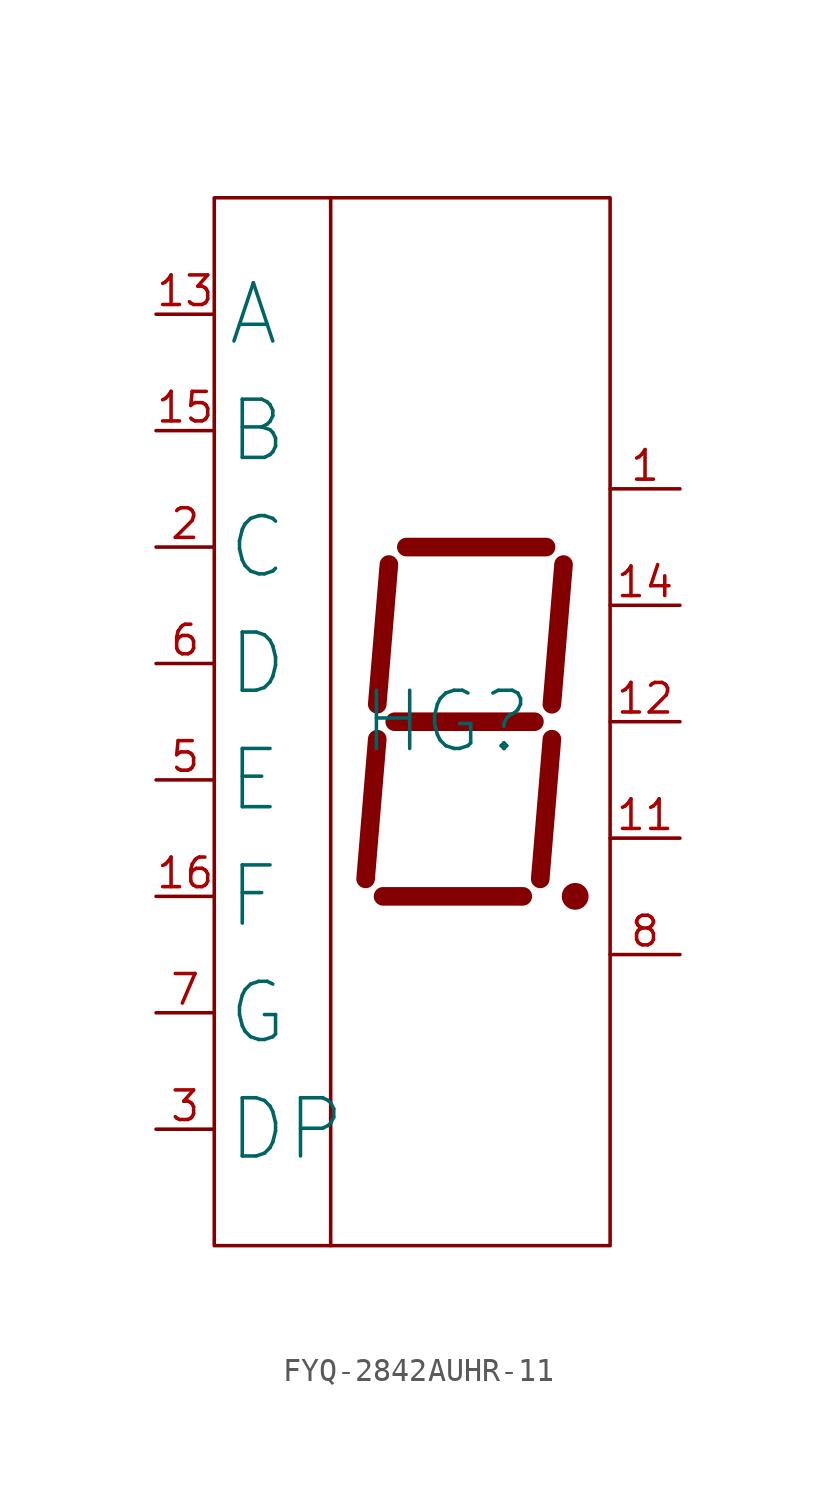
<source format=kicad_sym>
(kicad_symbol_lib
  (version 20220914)
  (generator kicad_symbol_editor)
  (symbol "FYQ-2842AUHR-11"
    (property "Reference" "HG"
      (at 0 0 0)
      (effects (font (size 2.5 2.5))))
    (property "Value" ""
      (at 0 0 0)
      (effects (font (size 1.27 1.27))))
    (symbol "FYQ-2842AUHR-11_0_1"
      (rectangle (start -10 22.5) (end 7 -22.5) (stroke (width 0) (type default)) (fill (type none)))
      (polyline (pts (xy -5 22.5) (xy -5 -22.5)) (stroke (width 0) (type default)) (fill (type none))))
    (symbol "FYQ-2842AUHR-11_1_1"
      (polyline (pts (xy -3 -0.75) (xy -3.5 -6.75)) (stroke (width 0.8) (type default)) (fill (type none)))
      (polyline (pts (xy -2.75 -7.5) (xy 3.25 -7.5)) (stroke (width 0.8) (type default)) (fill (type none)))
      (polyline (pts (xy -2.5 6.75) (xy -3 0.75)) (stroke (width 0.8) (type default)) (fill (type none)))
      (polyline (pts (xy -2.25 0) (xy 3.75 0)) (stroke (width 0.8) (type default)) (fill (type none)))
      (polyline (pts (xy -1.75 7.5) (xy 4.25 7.5)) (stroke (width 0.8) (type default)) (fill (type none)))
      (polyline (pts (xy 4.5 -0.75) (xy 4 -6.75)) (stroke (width 0.8) (type default)) (fill (type none)))
      (polyline (pts (xy 5 6.75) (xy 4.5 0.75)) (stroke (width 0.8) (type default)) (fill (type none)))
      (circle (center 5.5 -7.5) (radius 0.5) (stroke (width 0) (type default)) (fill (type outline)))
      (pin input line (at 10 10 180) (length 3) (name "" (effects (font (size 2 2)))) (number "1" (effects (font (size 1.27 1.27)))))
      (pin input line (at 10 -5 180) (length 3) (name "" (effects (font (size 2 2)))) (number "11" (effects (font (size 1.27 1.27)))))
      (pin input line (at 10 0 180) (length 3) (name "" (effects (font (size 2 2)))) (number "12" (effects (font (size 1.27 1.27)))))
      (pin input line (at -12.5 17.5 0) (length 2.5) (name "A" (effects (font (size 2.5 2.5)))) (number "13" (effects (font (size 1.27 1.27)))))
      (pin input line (at 10 5 180) (length 3) (name "" (effects (font (size 2 2)))) (number "14" (effects (font (size 1.27 1.27)))))
      (pin input line (at -12.5 12.5 0) (length 2.5) (name "B" (effects (font (size 2.5 2.5)))) (number "15" (effects (font (size 1.27 1.27)))))
      (pin input line (at -12.5 -7.5 0) (length 2.5) (name "F" (effects (font (size 2.5 2.5)))) (number "16" (effects (font (size 1.27 1.27)))))
      (pin input line (at -12.5 7.5 0) (length 2.5) (name "C" (effects (font (size 2.5 2.5)))) (number "2" (effects (font (size 1.27 1.27)))))
      (pin input line (at -12.5 -17.5 0) (length 2.5) (name "DP" (effects (font (size 2.5 2.5)))) (number "3" (effects (font (size 1.27 1.27)))))
      (pin input line (at -12.5 -2.5 0) (length 2.5) (name "E" (effects (font (size 2.5 2.5)))) (number "5" (effects (font (size 1.27 1.27)))))
      (pin input line (at -12.5 2.5 0) (length 2.5) (name "D" (effects (font (size 2.5 2.5)))) (number "6" (effects (font (size 1.27 1.27)))))
      (pin input line (at -12.5 -12.5 0) (length 2.5) (name "G" (effects (font (size 2.5 2.5)))) (number "7" (effects (font (size 1.27 1.27)))))
      (pin input line (at 10 -10 180) (length 3) (name "" (effects (font (size 2 2)))) (number "8" (effects (font (size 1.27 1.27))))))))
</source>
